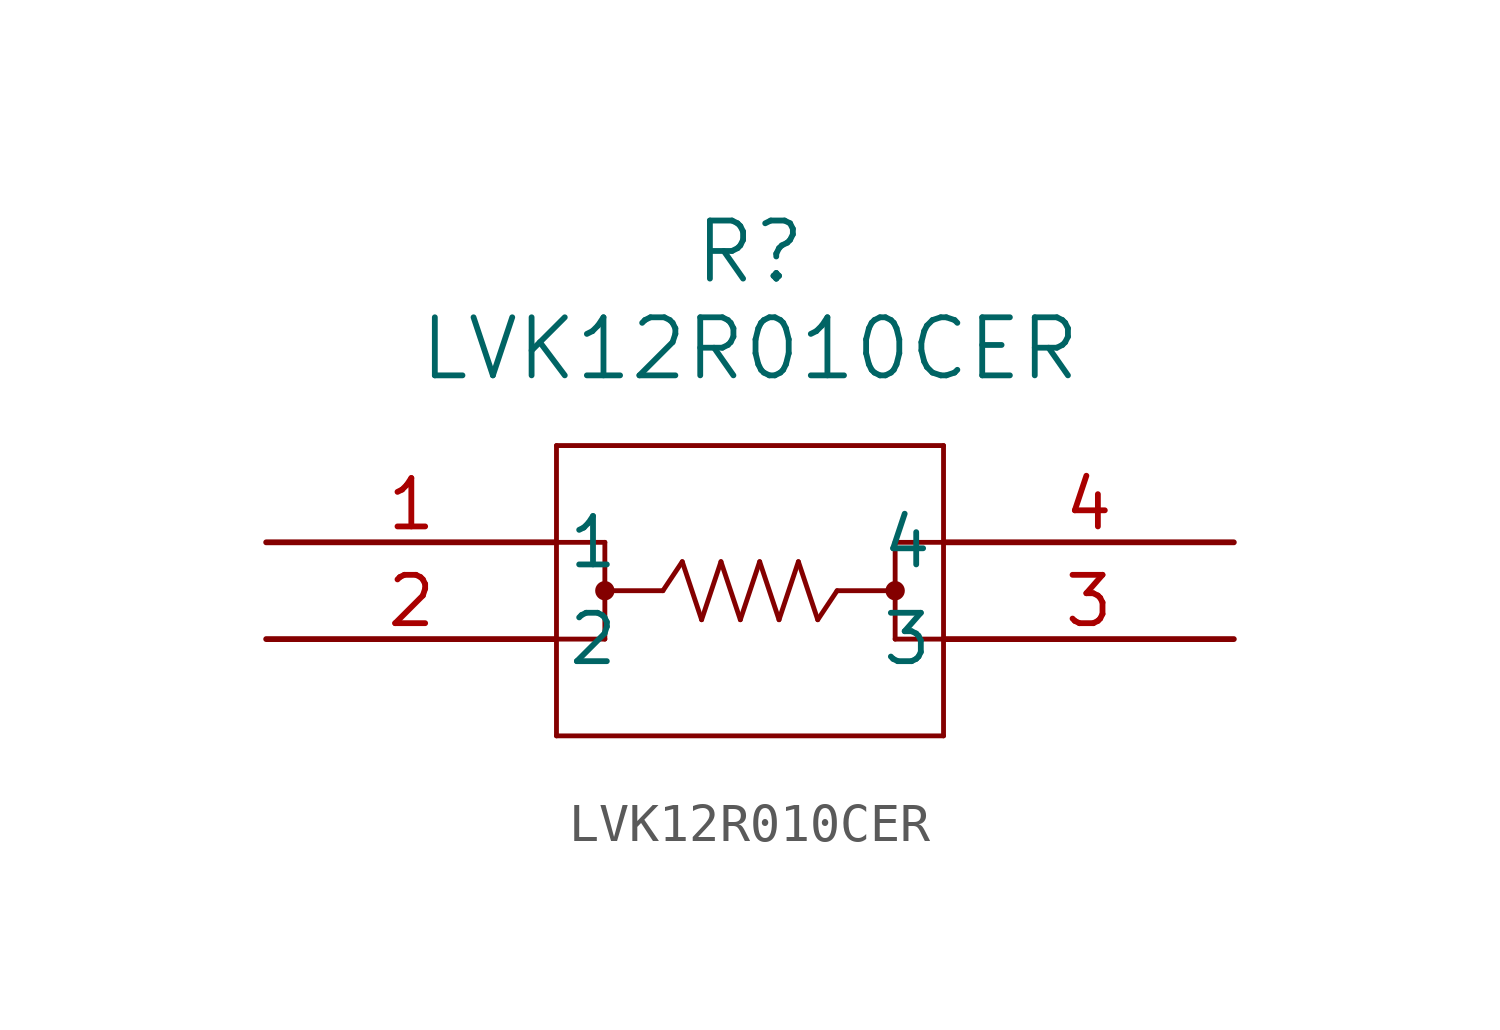
<source format=kicad_sym>
(kicad_symbol_lib
  (version 20211014)
  (generator kicad_symbol_editor)
  (symbol "LVK12R010CER"
    (pin_names
      (offset 0.254))
    (property "Reference" "R"
      (at 12.7 7.62 0)
      (effects (font (size 1.524 1.524))))
    (property "Value" "LVK12R010CER"
      (at 12.7 5.08 0)
      (effects (font (size 1.524 1.524))))
    (symbol "LVK12R010CER_0_1"
      (polyline (pts (xy 7.62 2.54) (xy 7.62 -5.08)) (stroke (width 0.127) (type default) (color 0 0 0 0)) (fill (type none)))
      (polyline (pts (xy 7.62 -5.08) (xy 17.78 -5.08)) (stroke (width 0.127) (type default) (color 0 0 0 0)) (fill (type none)))
      (polyline (pts (xy 17.78 -5.08) (xy 17.78 2.54)) (stroke (width 0.127) (type default) (color 0 0 0 0)) (fill (type none)))
      (polyline (pts (xy 17.78 2.54) (xy 7.62 2.54)) (stroke (width 0.127) (type default) (color 0 0 0 0)) (fill (type none)))
      (polyline (pts (xy 10.414 -1.27) (xy 10.922 -0.508)) (stroke (width 0.127) (type default) (color 0 0 0 0)) (fill (type none)))
      (polyline (pts (xy 10.922 -0.508) (xy 11.43 -2.032)) (stroke (width 0.127) (type default) (color 0 0 0 0)) (fill (type none)))
      (polyline (pts (xy 11.43 -2.032) (xy 11.938 -0.508)) (stroke (width 0.127) (type default) (color 0 0 0 0)) (fill (type none)))
      (polyline (pts (xy 11.938 -0.508) (xy 12.446 -2.032)) (stroke (width 0.127) (type default) (color 0 0 0 0)) (fill (type none)))
      (polyline (pts (xy 12.446 -2.032) (xy 12.954 -0.508)) (stroke (width 0.127) (type default) (color 0 0 0 0)) (fill (type none)))
      (polyline (pts (xy 12.954 -0.508) (xy 13.462 -2.032)) (stroke (width 0.127) (type default) (color 0 0 0 0)) (fill (type none)))
      (polyline (pts (xy 13.462 -2.032) (xy 13.97 -0.508)) (stroke (width 0.127) (type default) (color 0 0 0 0)) (fill (type none)))
      (polyline (pts (xy 13.97 -0.508) (xy 14.478 -2.032)) (stroke (width 0.127) (type default) (color 0 0 0 0)) (fill (type none)))
      (polyline (pts (xy 14.478 -2.032) (xy 14.986 -1.27)) (stroke (width 0.127) (type default) (color 0 0 0 0)) (fill (type none)))
      (polyline (pts (xy 16.51 -1.27) (xy 14.986 -1.27)) (stroke (width 0.127) (type default) (color 0 0 0 0)) (fill (type none)))
      (polyline (pts (xy 10.414 -1.27) (xy 8.89 -1.27)) (stroke (width 0.127) (type default) (color 0 0 0 0)) (fill (type none)))
      (polyline (pts (xy 8.89 0) (xy 8.89 -2.54)) (stroke (width 0.127) (type default) (color 0 0 0 0)) (fill (type none)))
      (polyline (pts (xy 17.78 0) (xy 16.51 0)) (stroke (width 0.127) (type default) (color 0 0 0 0)) (fill (type none)))
      (polyline (pts (xy 16.51 0) (xy 16.51 -2.54)) (stroke (width 0.127) (type default) (color 0 0 0 0)) (fill (type none)))
      (polyline (pts (xy 17.78 -2.54) (xy 16.51 -2.54)) (stroke (width 0.127) (type default) (color 0 0 0 0)) (fill (type none)))
      (polyline (pts (xy 8.89 -2.54) (xy 7.62 -2.54)) (stroke (width 0.127) (type default) (color 0 0 0 0)) (fill (type none)))
      (polyline (pts (xy 7.62 0) (xy 8.89 0)) (stroke (width 0.127) (type default) (color 0 0 0 0)) (fill (type none)))
      (circle (center 8.89 -1.27) (radius 0.127) (stroke (width 0.254) (type default) (color 0 0 0 0)) (fill (type none)))
      (circle (center 16.51 -1.27) (radius 0.127) (stroke (width 0.254) (type default) (color 0 0 0 0)) (fill (type none)))
      (pin unspecified line (at 0 0 0) (length 7.62) (name "1" (effects (font (size 1.27 1.27)))) (number "1" (effects (font (size 1.27 1.27)))))
      (pin unspecified line (at 0 -2.54 0) (length 7.62) (name "2" (effects (font (size 1.27 1.27)))) (number "2" (effects (font (size 1.27 1.27)))))
      (pin unspecified line (at 25.4 -2.54 180) (length 7.62) (name "3" (effects (font (size 1.27 1.27)))) (number "3" (effects (font (size 1.27 1.27)))))
      (pin unspecified line (at 25.4 0 180) (length 7.62) (name "4" (effects (font (size 1.27 1.27)))) (number "4" (effects (font (size 1.27 1.27))))))))
</source>
